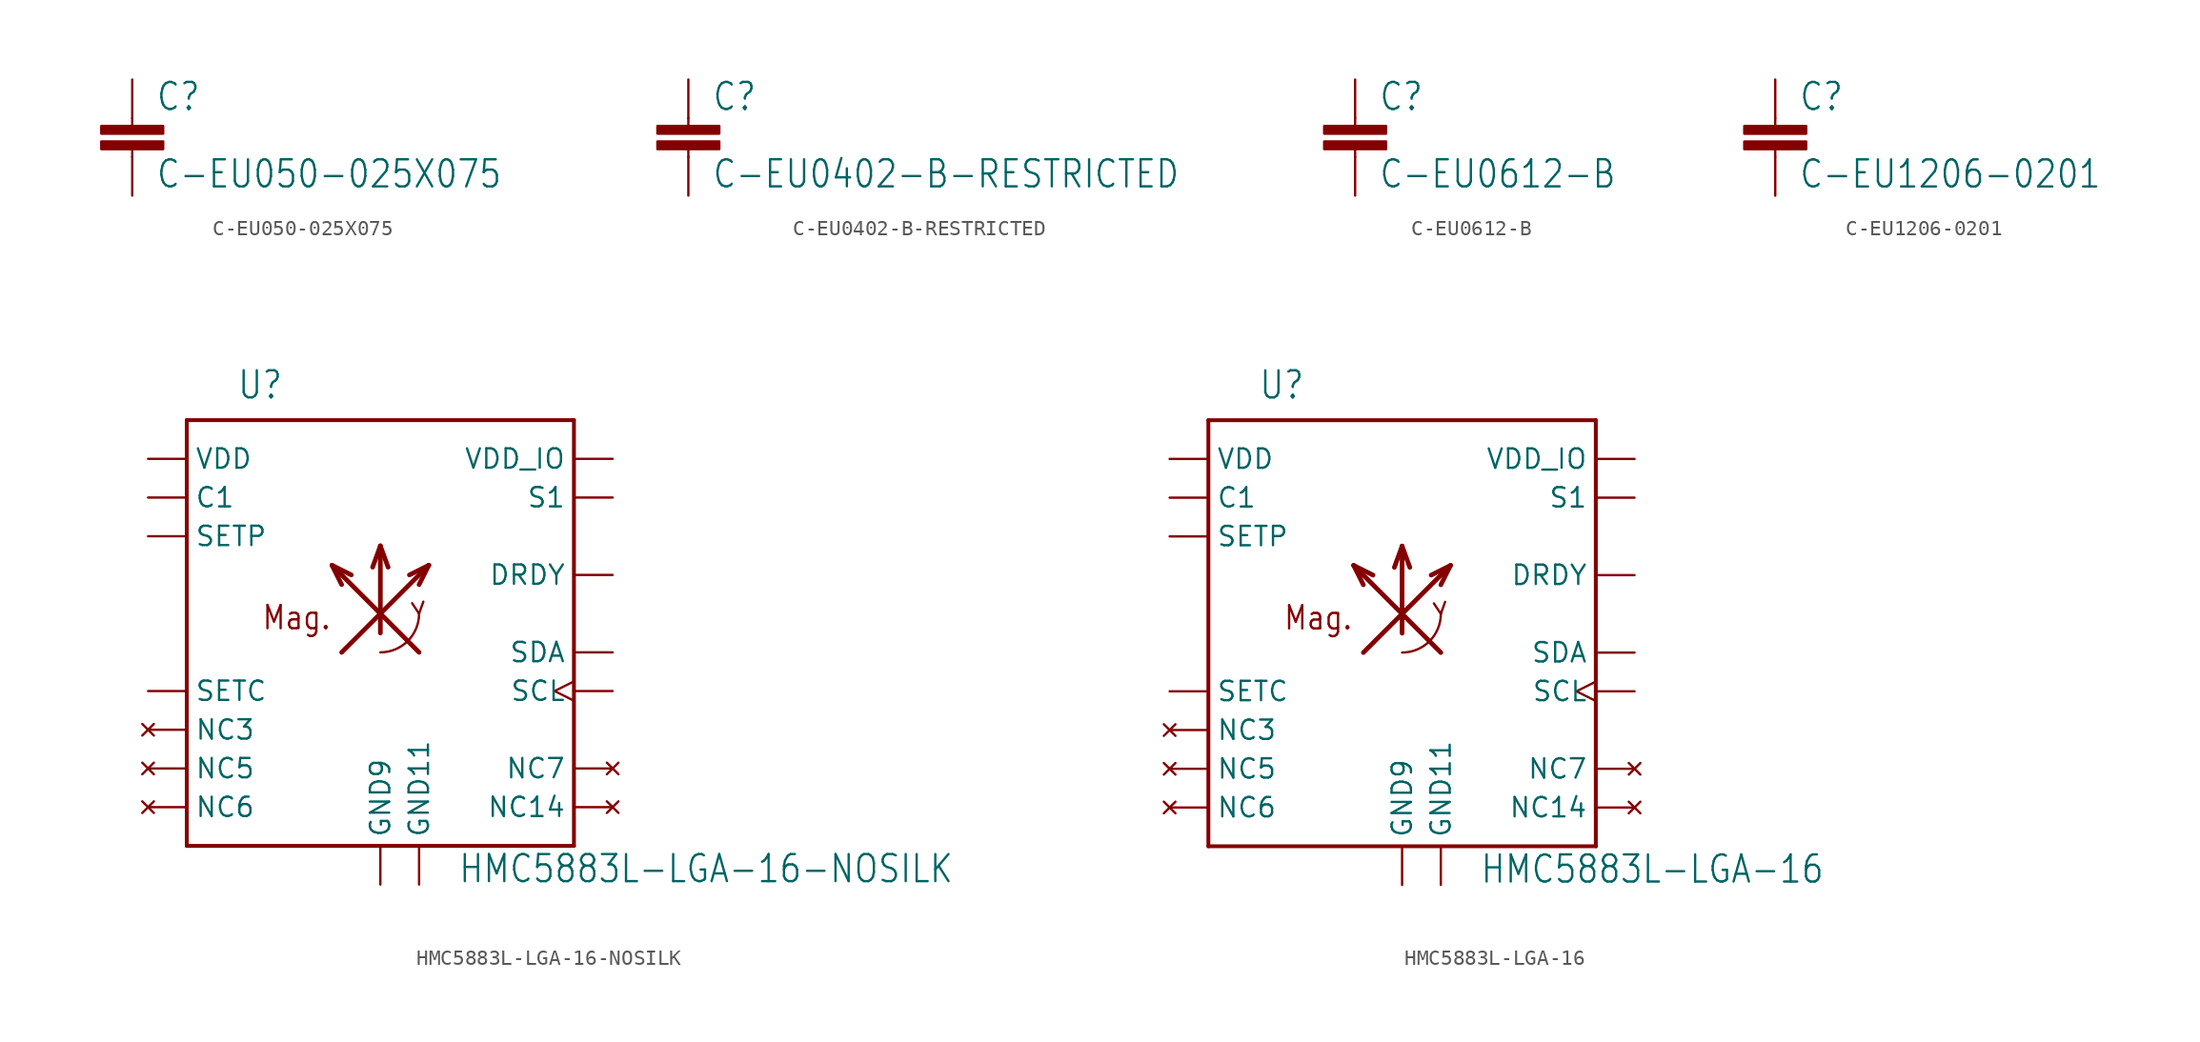
<source format=kicad_sym>
(kicad_symbol_lib
  (version 20211014)
  (generator kicad_symbol_editor)
  (symbol "C-EU050-025X075"
    (property "Reference" "C"
      (at 1.524 0.381 0)
      (effects (font (size 1.778 1.511)) (justify left bottom)))
    (property "Value" "C-EU050-025X075"
      (at 1.524 -4.699 0)
      (effects (font (size 1.778 1.511)) (justify left bottom)))
    (property "ki_locked" ""
      (at 0 0 0)
      (effects (font (size 1.27 1.27))))
    (symbol "C-EU050-025X075_1_0"
      (rectangle (start -2.032 -2.032) (end 2.032 -1.524) (stroke (width 0) (type default) (color 0 0 0 0)) (fill (type outline)))
      (rectangle (start -2.032 -1.016) (end 2.032 -0.508) (stroke (width 0) (type default) (color 0 0 0 0)) (fill (type outline)))
      (polyline (pts (xy 0 -2.54) (xy 0 -2.032)) (stroke (width 0.152) (type default) (color 0 0 0 0)) (fill (type none)))
      (polyline (pts (xy 0 0) (xy 0 -0.508)) (stroke (width 0.152) (type default) (color 0 0 0 0)) (fill (type none)))
      (pin passive line (at 0 2.54 270) (length 2.54) (name "1" (effects (font (size 0 0)))) (number "1" (effects (font (size 0 0)))))
      (pin passive line (at 0 -5.08 90) (length 2.54) (name "2" (effects (font (size 0 0)))) (number "2" (effects (font (size 0 0)))))))
  (symbol "C-EU0402-B-RESTRICTED"
    (property "Reference" "C"
      (at 1.524 0.381 0)
      (effects (font (size 1.778 1.511)) (justify left bottom)))
    (property "Value" "C-EU0402-B-RESTRICTED"
      (at 1.524 -4.699 0)
      (effects (font (size 1.778 1.511)) (justify left bottom)))
    (property "ki_locked" ""
      (at 0 0 0)
      (effects (font (size 1.27 1.27))))
    (symbol "C-EU0402-B-RESTRICTED_1_0"
      (rectangle (start -2.032 -2.032) (end 2.032 -1.524) (stroke (width 0) (type default) (color 0 0 0 0)) (fill (type outline)))
      (rectangle (start -2.032 -1.016) (end 2.032 -0.508) (stroke (width 0) (type default) (color 0 0 0 0)) (fill (type outline)))
      (polyline (pts (xy 0 -2.54) (xy 0 -2.032)) (stroke (width 0.152) (type default) (color 0 0 0 0)) (fill (type none)))
      (polyline (pts (xy 0 0) (xy 0 -0.508)) (stroke (width 0.152) (type default) (color 0 0 0 0)) (fill (type none)))
      (pin passive line (at 0 2.54 270) (length 2.54) (name "1" (effects (font (size 0 0)))) (number "1" (effects (font (size 0 0)))))
      (pin passive line (at 0 -5.08 90) (length 2.54) (name "2" (effects (font (size 0 0)))) (number "2" (effects (font (size 0 0)))))))
  (symbol "C-EU0612-B"
    (property "Reference" "C"
      (at 1.524 0.381 0)
      (effects (font (size 1.778 1.511)) (justify left bottom)))
    (property "Value" "C-EU0612-B"
      (at 1.524 -4.699 0)
      (effects (font (size 1.778 1.511)) (justify left bottom)))
    (property "ki_locked" ""
      (at 0 0 0)
      (effects (font (size 1.27 1.27))))
    (symbol "C-EU0612-B_1_0"
      (rectangle (start -2.032 -2.032) (end 2.032 -1.524) (stroke (width 0) (type default) (color 0 0 0 0)) (fill (type outline)))
      (rectangle (start -2.032 -1.016) (end 2.032 -0.508) (stroke (width 0) (type default) (color 0 0 0 0)) (fill (type outline)))
      (polyline (pts (xy 0 -2.54) (xy 0 -2.032)) (stroke (width 0.152) (type default) (color 0 0 0 0)) (fill (type none)))
      (polyline (pts (xy 0 0) (xy 0 -0.508)) (stroke (width 0.152) (type default) (color 0 0 0 0)) (fill (type none)))
      (pin passive line (at 0 2.54 270) (length 2.54) (name "1" (effects (font (size 0 0)))) (number "1" (effects (font (size 0 0)))))
      (pin passive line (at 0 -5.08 90) (length 2.54) (name "2" (effects (font (size 0 0)))) (number "2" (effects (font (size 0 0)))))))
  (symbol "C-EU1206-0201"
    (property "Reference" "C"
      (at 1.524 0.381 0)
      (effects (font (size 1.778 1.511)) (justify left bottom)))
    (property "Value" "C-EU1206-0201"
      (at 1.524 -4.699 0)
      (effects (font (size 1.778 1.511)) (justify left bottom)))
    (property "ki_locked" ""
      (at 0 0 0)
      (effects (font (size 1.27 1.27))))
    (symbol "C-EU1206-0201_1_0"
      (rectangle (start -2.032 -2.032) (end 2.032 -1.524) (stroke (width 0) (type default) (color 0 0 0 0)) (fill (type outline)))
      (rectangle (start -2.032 -1.016) (end 2.032 -0.508) (stroke (width 0) (type default) (color 0 0 0 0)) (fill (type outline)))
      (polyline (pts (xy 0 -2.54) (xy 0 -2.032)) (stroke (width 0.152) (type default) (color 0 0 0 0)) (fill (type none)))
      (polyline (pts (xy 0 0) (xy 0 -0.508)) (stroke (width 0.152) (type default) (color 0 0 0 0)) (fill (type none)))
      (pin passive line (at 0 2.54 270) (length 2.54) (name "1" (effects (font (size 0 0)))) (number "1" (effects (font (size 0 0)))))
      (pin passive line (at 0 -5.08 90) (length 2.54) (name "2" (effects (font (size 0 0)))) (number "2" (effects (font (size 0 0)))))))
  (symbol "HMC5883L-LGA-16-NOSILK"
    (property "Reference" "U"
      (at -6.35 19.05 0)
      (effects (font (size 1.778 1.511)) (justify right bottom)))
    (property "Value" "HMC5883L-LGA-16-NOSILK"
      (at 5.08 -12.7 0)
      (effects (font (size 1.778 1.511)) (justify left bottom)))
    (property "ki_locked" ""
      (at 0 0 0)
      (effects (font (size 1.27 1.27))))
    (symbol "HMC5883L-LGA-16-NOSILK_1_0"
      (polyline (pts (xy -12.7 -10.16) (xy 12.7 -10.16)) (stroke (width 0.254) (type default) (color 0 0 0 0)) (fill (type none)))
      (polyline (pts (xy -12.7 17.78) (xy -12.7 -10.16)) (stroke (width 0.254) (type default) (color 0 0 0 0)) (fill (type none)))
      (polyline (pts (xy -3.175 8.255) (xy -2.54 6.985)) (stroke (width 0.305) (type default) (color 0 0 0 0)) (fill (type none)))
      (polyline (pts (xy -3.175 8.255) (xy 2.54 2.54)) (stroke (width 0.305) (type default) (color 0 0 0 0)) (fill (type none)))
      (polyline (pts (xy -2.54 2.54) (xy 3.175 8.255)) (stroke (width 0.305) (type default) (color 0 0 0 0)) (fill (type none)))
      (polyline (pts (xy -1.905 7.62) (xy -3.175 8.255)) (stroke (width 0.305) (type default) (color 0 0 0 0)) (fill (type none)))
      (polyline (pts (xy 0 3.81) (xy 0 9.525)) (stroke (width 0.305) (type default) (color 0 0 0 0)) (fill (type none)))
      (polyline (pts (xy 0 9.525) (xy -0.508 8.128)) (stroke (width 0.305) (type default) (color 0 0 0 0)) (fill (type none)))
      (polyline (pts (xy 0 9.525) (xy 0.508 8.128)) (stroke (width 0.305) (type default) (color 0 0 0 0)) (fill (type none)))
      (polyline (pts (xy 2.54 5.08) (xy 2.083 5.766)) (stroke (width 0.152) (type default) (color 0 0 0 0)) (fill (type none)))
      (polyline (pts (xy 2.54 5.08) (xy 2.819 5.867)) (stroke (width 0.152) (type default) (color 0 0 0 0)) (fill (type none)))
      (polyline (pts (xy 3.175 8.255) (xy 1.905 7.62)) (stroke (width 0.305) (type default) (color 0 0 0 0)) (fill (type none)))
      (polyline (pts (xy 3.175 8.255) (xy 2.54 6.985)) (stroke (width 0.305) (type default) (color 0 0 0 0)) (fill (type none)))
      (polyline (pts (xy 12.7 -10.16) (xy 12.7 17.78)) (stroke (width 0.254) (type default) (color 0 0 0 0)) (fill (type none)))
      (polyline (pts (xy 12.7 17.78) (xy -12.7 17.78)) (stroke (width 0.254) (type default) (color 0 0 0 0)) (fill (type none)))
      (arc (start 0 2.54) (mid 1.7961 3.2839) (end 2.54 5.08) (stroke (width 0.1524) (type default) (color 0 0 0 0)) (fill (type none)))
      (text "Mag." (at -3.175 5.715 0) (effects (font (size 1.524 1.295)) (justify right top)))
      (pin input clock (at 15.24 0 180) (length 2.54) (name "SCL" (effects (font (size 1.27 1.27)))) (number "1" (effects (font (size 0 0)))))
      (pin passive line (at -15.24 12.7 0) (length 2.54) (name "C1" (effects (font (size 1.27 1.27)))) (number "10" (effects (font (size 0 0)))))
      (pin power_in line (at 2.54 -12.7 90) (length 2.54) (name "GND11" (effects (font (size 1.27 1.27)))) (number "11" (effects (font (size 0 0)))))
      (pin output line (at -15.24 0 0) (length 2.54) (name "SETC" (effects (font (size 1.27 1.27)))) (number "12" (effects (font (size 0 0)))))
      (pin power_in line (at 15.24 15.24 180) (length 2.54) (name "VDD_IO" (effects (font (size 1.27 1.27)))) (number "13" (effects (font (size 0 0)))))
      (pin no_connect line (at 15.24 -7.62 180) (length 2.54) (name "NC14" (effects (font (size 1.27 1.27)))) (number "14" (effects (font (size 0 0)))))
      (pin output line (at 15.24 7.62 180) (length 2.54) (name "DRDY" (effects (font (size 1.27 1.27)))) (number "15" (effects (font (size 0 0)))))
      (pin bidirectional line (at 15.24 2.54 180) (length 2.54) (name "SDA" (effects (font (size 1.27 1.27)))) (number "16" (effects (font (size 0 0)))))
      (pin power_in line (at -15.24 15.24 0) (length 2.54) (name "VDD" (effects (font (size 1.27 1.27)))) (number "2" (effects (font (size 0 0)))))
      (pin no_connect line (at -15.24 -2.54 0) (length 2.54) (name "NC3" (effects (font (size 1.27 1.27)))) (number "3" (effects (font (size 0 0)))))
      (pin input line (at 15.24 12.7 180) (length 2.54) (name "S1" (effects (font (size 1.27 1.27)))) (number "4" (effects (font (size 0 0)))))
      (pin no_connect line (at -15.24 -5.08 0) (length 2.54) (name "NC5" (effects (font (size 1.27 1.27)))) (number "5" (effects (font (size 0 0)))))
      (pin no_connect line (at -15.24 -7.62 0) (length 2.54) (name "NC6" (effects (font (size 1.27 1.27)))) (number "6" (effects (font (size 0 0)))))
      (pin no_connect line (at 15.24 -5.08 180) (length 2.54) (name "NC7" (effects (font (size 1.27 1.27)))) (number "7" (effects (font (size 0 0)))))
      (pin passive line (at -15.24 10.16 0) (length 2.54) (name "SETP" (effects (font (size 1.27 1.27)))) (number "8" (effects (font (size 0 0)))))
      (pin power_in line (at 0 -12.7 90) (length 2.54) (name "GND9" (effects (font (size 1.27 1.27)))) (number "9" (effects (font (size 0 0)))))))
  (symbol "HMC5883L-LGA-16"
    (property "Reference" "U"
      (at -6.35 19.05 0)
      (effects (font (size 1.778 1.511)) (justify right bottom)))
    (property "Value" "HMC5883L-LGA-16"
      (at 5.08 -12.7 0)
      (effects (font (size 1.778 1.511)) (justify left bottom)))
    (property "ki_locked" ""
      (at 0 0 0)
      (effects (font (size 1.27 1.27))))
    (symbol "HMC5883L-LGA-16_1_0"
      (polyline (pts (xy -12.7 -10.16) (xy 12.7 -10.16)) (stroke (width 0.254) (type default) (color 0 0 0 0)) (fill (type none)))
      (polyline (pts (xy -12.7 17.78) (xy -12.7 -10.16)) (stroke (width 0.254) (type default) (color 0 0 0 0)) (fill (type none)))
      (polyline (pts (xy -3.175 8.255) (xy -2.54 6.985)) (stroke (width 0.305) (type default) (color 0 0 0 0)) (fill (type none)))
      (polyline (pts (xy -3.175 8.255) (xy 2.54 2.54)) (stroke (width 0.305) (type default) (color 0 0 0 0)) (fill (type none)))
      (polyline (pts (xy -2.54 2.54) (xy 3.175 8.255)) (stroke (width 0.305) (type default) (color 0 0 0 0)) (fill (type none)))
      (polyline (pts (xy -1.905 7.62) (xy -3.175 8.255)) (stroke (width 0.305) (type default) (color 0 0 0 0)) (fill (type none)))
      (polyline (pts (xy 0 3.81) (xy 0 9.525)) (stroke (width 0.305) (type default) (color 0 0 0 0)) (fill (type none)))
      (polyline (pts (xy 0 9.525) (xy -0.508 8.128)) (stroke (width 0.305) (type default) (color 0 0 0 0)) (fill (type none)))
      (polyline (pts (xy 0 9.525) (xy 0.508 8.128)) (stroke (width 0.305) (type default) (color 0 0 0 0)) (fill (type none)))
      (polyline (pts (xy 2.54 5.08) (xy 2.083 5.766)) (stroke (width 0.152) (type default) (color 0 0 0 0)) (fill (type none)))
      (polyline (pts (xy 2.54 5.08) (xy 2.819 5.867)) (stroke (width 0.152) (type default) (color 0 0 0 0)) (fill (type none)))
      (polyline (pts (xy 3.175 8.255) (xy 1.905 7.62)) (stroke (width 0.305) (type default) (color 0 0 0 0)) (fill (type none)))
      (polyline (pts (xy 3.175 8.255) (xy 2.54 6.985)) (stroke (width 0.305) (type default) (color 0 0 0 0)) (fill (type none)))
      (polyline (pts (xy 12.7 -10.16) (xy 12.7 17.78)) (stroke (width 0.254) (type default) (color 0 0 0 0)) (fill (type none)))
      (polyline (pts (xy 12.7 17.78) (xy -12.7 17.78)) (stroke (width 0.254) (type default) (color 0 0 0 0)) (fill (type none)))
      (arc (start 0 2.54) (mid 1.7961 3.2839) (end 2.54 5.08) (stroke (width 0.1524) (type default) (color 0 0 0 0)) (fill (type none)))
      (text "Mag." (at -3.175 5.715 0) (effects (font (size 1.524 1.295)) (justify right top)))
      (pin input clock (at 15.24 0 180) (length 2.54) (name "SCL" (effects (font (size 1.27 1.27)))) (number "1" (effects (font (size 0 0)))))
      (pin passive line (at -15.24 12.7 0) (length 2.54) (name "C1" (effects (font (size 1.27 1.27)))) (number "10" (effects (font (size 0 0)))))
      (pin power_in line (at 2.54 -12.7 90) (length 2.54) (name "GND11" (effects (font (size 1.27 1.27)))) (number "11" (effects (font (size 0 0)))))
      (pin output line (at -15.24 0 0) (length 2.54) (name "SETC" (effects (font (size 1.27 1.27)))) (number "12" (effects (font (size 0 0)))))
      (pin power_in line (at 15.24 15.24 180) (length 2.54) (name "VDD_IO" (effects (font (size 1.27 1.27)))) (number "13" (effects (font (size 0 0)))))
      (pin no_connect line (at 15.24 -7.62 180) (length 2.54) (name "NC14" (effects (font (size 1.27 1.27)))) (number "14" (effects (font (size 0 0)))))
      (pin output line (at 15.24 7.62 180) (length 2.54) (name "DRDY" (effects (font (size 1.27 1.27)))) (number "15" (effects (font (size 0 0)))))
      (pin bidirectional line (at 15.24 2.54 180) (length 2.54) (name "SDA" (effects (font (size 1.27 1.27)))) (number "16" (effects (font (size 0 0)))))
      (pin power_in line (at -15.24 15.24 0) (length 2.54) (name "VDD" (effects (font (size 1.27 1.27)))) (number "2" (effects (font (size 0 0)))))
      (pin no_connect line (at -15.24 -2.54 0) (length 2.54) (name "NC3" (effects (font (size 1.27 1.27)))) (number "3" (effects (font (size 0 0)))))
      (pin input line (at 15.24 12.7 180) (length 2.54) (name "S1" (effects (font (size 1.27 1.27)))) (number "4" (effects (font (size 0 0)))))
      (pin no_connect line (at -15.24 -5.08 0) (length 2.54) (name "NC5" (effects (font (size 1.27 1.27)))) (number "5" (effects (font (size 0 0)))))
      (pin no_connect line (at -15.24 -7.62 0) (length 2.54) (name "NC6" (effects (font (size 1.27 1.27)))) (number "6" (effects (font (size 0 0)))))
      (pin no_connect line (at 15.24 -5.08 180) (length 2.54) (name "NC7" (effects (font (size 1.27 1.27)))) (number "7" (effects (font (size 0 0)))))
      (pin passive line (at -15.24 10.16 0) (length 2.54) (name "SETP" (effects (font (size 1.27 1.27)))) (number "8" (effects (font (size 0 0)))))
      (pin power_in line (at 0 -12.7 90) (length 2.54) (name "GND9" (effects (font (size 1.27 1.27)))) (number "9" (effects (font (size 0 0))))))))
</source>
